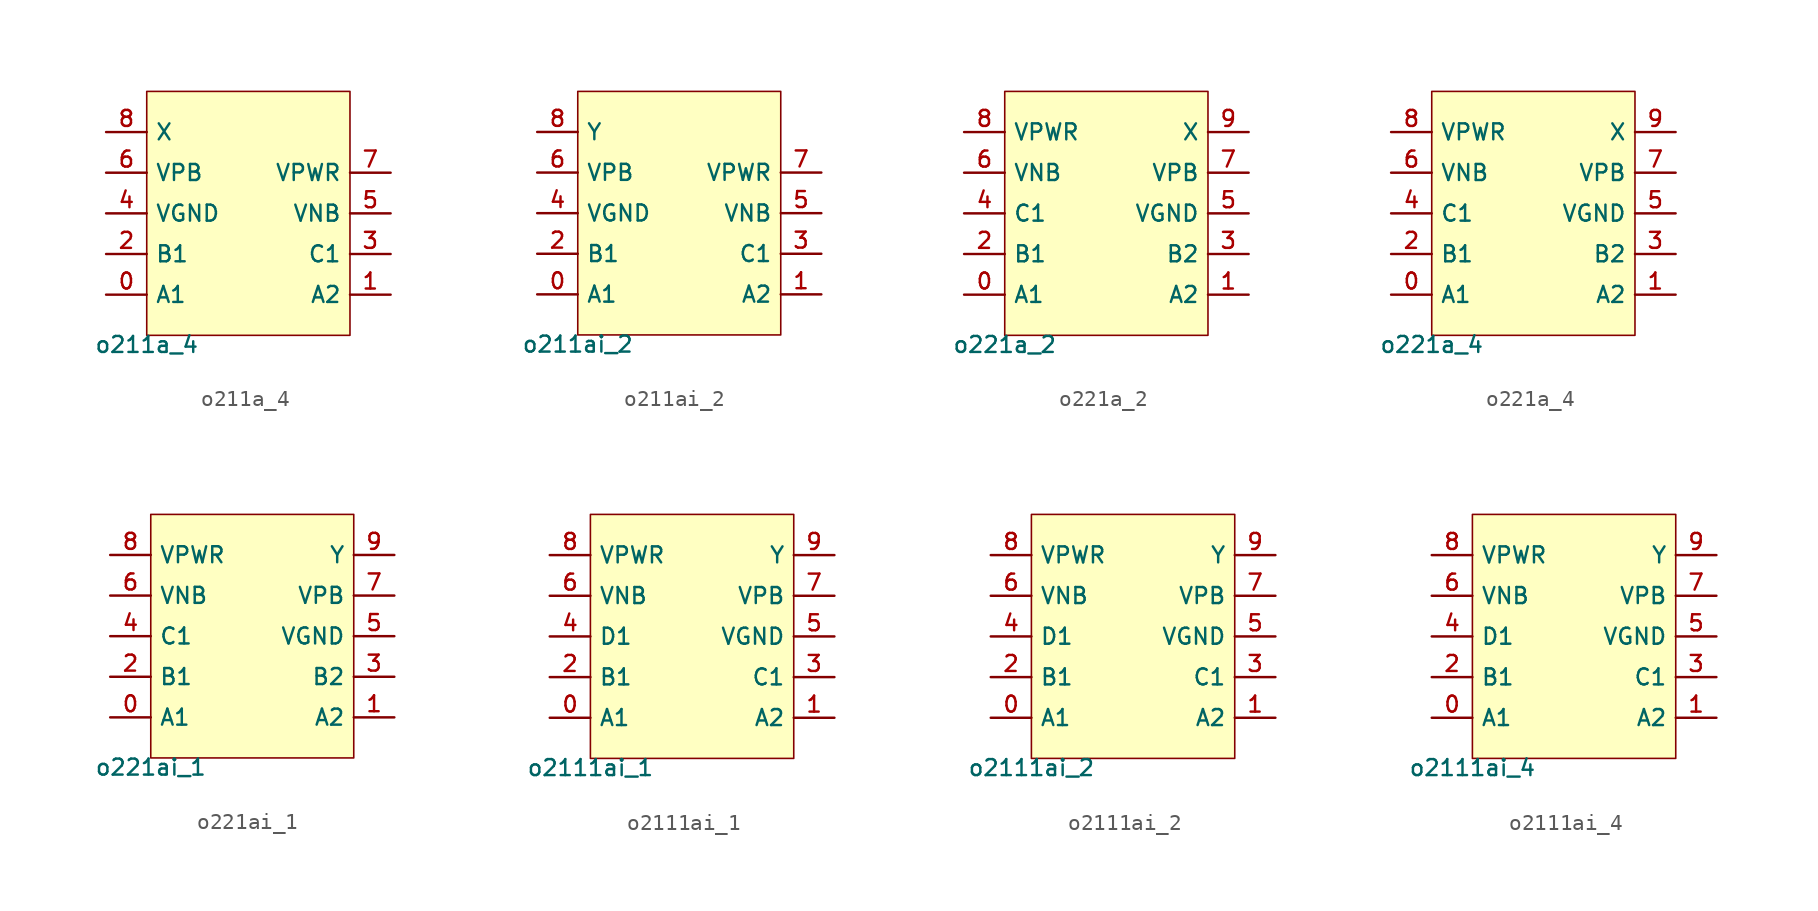
<source format=kicad_sym>
(kicad_symbol_lib
  (version 20211014)
  (generator pdk2kicad)
  (symbol "o211a_4"
    (property "Reference" "X"
      (at 0 0 0)
      (effects (font (size 1 1)) hide))
    (property "Value" "o211a_4"
      (at -6.35 -7.62 0)
      (effects (font (size 1 1)) (justify top)))
    (rectangle
      (start -6.35 -7.62)
      (end 6.35 7.62)
      (stroke (width 0.1) (type solid) (color 0 0 0 0))
      (fill (type background)))
    (pin bidirectional line
      (at -8.89 -5.08 0)
      (length 2.54)
      (name "A1" (effects (font (size 1 1)) hide))
      (number "0" (effects (font (size 1 1)) hide)))
    (pin bidirectional line
      (at 8.89 -5.08 180)
      (length 2.54)
      (name "A2" (effects (font (size 1 1)) hide))
      (number "1" (effects (font (size 1 1)) hide)))
    (pin bidirectional line
      (at -8.89 -2.54 0)
      (length 2.54)
      (name "B1" (effects (font (size 1 1)) hide))
      (number "2" (effects (font (size 1 1)) hide)))
    (pin bidirectional line
      (at 8.89 -2.54 180)
      (length 2.54)
      (name "C1" (effects (font (size 1 1)) hide))
      (number "3" (effects (font (size 1 1)) hide)))
    (pin bidirectional line
      (at -8.89 8.881784197001252e-16 0)
      (length 2.54)
      (name "VGND" (effects (font (size 1 1)) hide))
      (number "4" (effects (font (size 1 1)) hide)))
    (pin bidirectional line
      (at 8.89 8.881784197001252e-16 180)
      (length 2.54)
      (name "VNB" (effects (font (size 1 1)) hide))
      (number "5" (effects (font (size 1 1)) hide)))
    (pin bidirectional line
      (at -8.89 2.54 0)
      (length 2.54)
      (name "VPB" (effects (font (size 1 1)) hide))
      (number "6" (effects (font (size 1 1)) hide)))
    (pin bidirectional line
      (at 8.89 2.54 180)
      (length 2.54)
      (name "VPWR" (effects (font (size 1 1)) hide))
      (number "7" (effects (font (size 1 1)) hide)))
    (pin bidirectional line
      (at -8.89 5.08 0)
      (length 2.54)
      (name "X" (effects (font (size 1 1)) hide))
      (number "8" (effects (font (size 1 1)) hide))))
  (symbol "o211ai_2"
    (property "Reference" "X"
      (at 0 0 0)
      (effects (font (size 1 1)) hide))
    (property "Value" "o211ai_2"
      (at -6.35 -7.62 0)
      (effects (font (size 1 1)) (justify top)))
    (rectangle
      (start -6.35 -7.62)
      (end 6.35 7.62)
      (stroke (width 0.1) (type solid) (color 0 0 0 0))
      (fill (type background)))
    (pin bidirectional line
      (at -8.89 -5.08 0)
      (length 2.54)
      (name "A1" (effects (font (size 1 1)) hide))
      (number "0" (effects (font (size 1 1)) hide)))
    (pin bidirectional line
      (at 8.89 -5.08 180)
      (length 2.54)
      (name "A2" (effects (font (size 1 1)) hide))
      (number "1" (effects (font (size 1 1)) hide)))
    (pin bidirectional line
      (at -8.89 -2.54 0)
      (length 2.54)
      (name "B1" (effects (font (size 1 1)) hide))
      (number "2" (effects (font (size 1 1)) hide)))
    (pin bidirectional line
      (at 8.89 -2.54 180)
      (length 2.54)
      (name "C1" (effects (font (size 1 1)) hide))
      (number "3" (effects (font (size 1 1)) hide)))
    (pin bidirectional line
      (at -8.89 8.881784197001252e-16 0)
      (length 2.54)
      (name "VGND" (effects (font (size 1 1)) hide))
      (number "4" (effects (font (size 1 1)) hide)))
    (pin bidirectional line
      (at 8.89 8.881784197001252e-16 180)
      (length 2.54)
      (name "VNB" (effects (font (size 1 1)) hide))
      (number "5" (effects (font (size 1 1)) hide)))
    (pin bidirectional line
      (at -8.89 2.54 0)
      (length 2.54)
      (name "VPB" (effects (font (size 1 1)) hide))
      (number "6" (effects (font (size 1 1)) hide)))
    (pin bidirectional line
      (at 8.89 2.54 180)
      (length 2.54)
      (name "VPWR" (effects (font (size 1 1)) hide))
      (number "7" (effects (font (size 1 1)) hide)))
    (pin bidirectional line
      (at -8.89 5.08 0)
      (length 2.54)
      (name "Y" (effects (font (size 1 1)) hide))
      (number "8" (effects (font (size 1 1)) hide))))
  (symbol "o221a_2"
    (property "Reference" "X"
      (at 0 0 0)
      (effects (font (size 1 1)) hide))
    (property "Value" "o221a_2"
      (at -6.35 -7.62 0)
      (effects (font (size 1 1)) (justify top)))
    (rectangle
      (start -6.35 -7.62)
      (end 6.35 7.62)
      (stroke (width 0.1) (type solid) (color 0 0 0 0))
      (fill (type background)))
    (pin bidirectional line
      (at -8.89 -5.08 0)
      (length 2.54)
      (name "A1" (effects (font (size 1 1)) hide))
      (number "0" (effects (font (size 1 1)) hide)))
    (pin bidirectional line
      (at 8.89 -5.08 180)
      (length 2.54)
      (name "A2" (effects (font (size 1 1)) hide))
      (number "1" (effects (font (size 1 1)) hide)))
    (pin bidirectional line
      (at -8.89 -2.54 0)
      (length 2.54)
      (name "B1" (effects (font (size 1 1)) hide))
      (number "2" (effects (font (size 1 1)) hide)))
    (pin bidirectional line
      (at 8.89 -2.54 180)
      (length 2.54)
      (name "B2" (effects (font (size 1 1)) hide))
      (number "3" (effects (font (size 1 1)) hide)))
    (pin bidirectional line
      (at -8.89 8.881784197001252e-16 0)
      (length 2.54)
      (name "C1" (effects (font (size 1 1)) hide))
      (number "4" (effects (font (size 1 1)) hide)))
    (pin bidirectional line
      (at 8.89 8.881784197001252e-16 180)
      (length 2.54)
      (name "VGND" (effects (font (size 1 1)) hide))
      (number "5" (effects (font (size 1 1)) hide)))
    (pin bidirectional line
      (at -8.89 2.54 0)
      (length 2.54)
      (name "VNB" (effects (font (size 1 1)) hide))
      (number "6" (effects (font (size 1 1)) hide)))
    (pin bidirectional line
      (at 8.89 2.54 180)
      (length 2.54)
      (name "VPB" (effects (font (size 1 1)) hide))
      (number "7" (effects (font (size 1 1)) hide)))
    (pin bidirectional line
      (at -8.89 5.08 0)
      (length 2.54)
      (name "VPWR" (effects (font (size 1 1)) hide))
      (number "8" (effects (font (size 1 1)) hide)))
    (pin bidirectional line
      (at 8.89 5.08 180)
      (length 2.54)
      (name "X" (effects (font (size 1 1)) hide))
      (number "9" (effects (font (size 1 1)) hide))))
  (symbol "o221a_4"
    (property "Reference" "X"
      (at 0 0 0)
      (effects (font (size 1 1)) hide))
    (property "Value" "o221a_4"
      (at -6.35 -7.62 0)
      (effects (font (size 1 1)) (justify top)))
    (rectangle
      (start -6.35 -7.62)
      (end 6.35 7.62)
      (stroke (width 0.1) (type solid) (color 0 0 0 0))
      (fill (type background)))
    (pin bidirectional line
      (at -8.89 -5.08 0)
      (length 2.54)
      (name "A1" (effects (font (size 1 1)) hide))
      (number "0" (effects (font (size 1 1)) hide)))
    (pin bidirectional line
      (at 8.89 -5.08 180)
      (length 2.54)
      (name "A2" (effects (font (size 1 1)) hide))
      (number "1" (effects (font (size 1 1)) hide)))
    (pin bidirectional line
      (at -8.89 -2.54 0)
      (length 2.54)
      (name "B1" (effects (font (size 1 1)) hide))
      (number "2" (effects (font (size 1 1)) hide)))
    (pin bidirectional line
      (at 8.89 -2.54 180)
      (length 2.54)
      (name "B2" (effects (font (size 1 1)) hide))
      (number "3" (effects (font (size 1 1)) hide)))
    (pin bidirectional line
      (at -8.89 8.881784197001252e-16 0)
      (length 2.54)
      (name "C1" (effects (font (size 1 1)) hide))
      (number "4" (effects (font (size 1 1)) hide)))
    (pin bidirectional line
      (at 8.89 8.881784197001252e-16 180)
      (length 2.54)
      (name "VGND" (effects (font (size 1 1)) hide))
      (number "5" (effects (font (size 1 1)) hide)))
    (pin bidirectional line
      (at -8.89 2.54 0)
      (length 2.54)
      (name "VNB" (effects (font (size 1 1)) hide))
      (number "6" (effects (font (size 1 1)) hide)))
    (pin bidirectional line
      (at 8.89 2.54 180)
      (length 2.54)
      (name "VPB" (effects (font (size 1 1)) hide))
      (number "7" (effects (font (size 1 1)) hide)))
    (pin bidirectional line
      (at -8.89 5.08 0)
      (length 2.54)
      (name "VPWR" (effects (font (size 1 1)) hide))
      (number "8" (effects (font (size 1 1)) hide)))
    (pin bidirectional line
      (at 8.89 5.08 180)
      (length 2.54)
      (name "X" (effects (font (size 1 1)) hide))
      (number "9" (effects (font (size 1 1)) hide))))
  (symbol "o221ai_1"
    (property "Reference" "X"
      (at 0 0 0)
      (effects (font (size 1 1)) hide))
    (property "Value" "o221ai_1"
      (at -6.35 -7.62 0)
      (effects (font (size 1 1)) (justify top)))
    (rectangle
      (start -6.35 -7.62)
      (end 6.35 7.62)
      (stroke (width 0.1) (type solid) (color 0 0 0 0))
      (fill (type background)))
    (pin bidirectional line
      (at -8.89 -5.08 0)
      (length 2.54)
      (name "A1" (effects (font (size 1 1)) hide))
      (number "0" (effects (font (size 1 1)) hide)))
    (pin bidirectional line
      (at 8.89 -5.08 180)
      (length 2.54)
      (name "A2" (effects (font (size 1 1)) hide))
      (number "1" (effects (font (size 1 1)) hide)))
    (pin bidirectional line
      (at -8.89 -2.54 0)
      (length 2.54)
      (name "B1" (effects (font (size 1 1)) hide))
      (number "2" (effects (font (size 1 1)) hide)))
    (pin bidirectional line
      (at 8.89 -2.54 180)
      (length 2.54)
      (name "B2" (effects (font (size 1 1)) hide))
      (number "3" (effects (font (size 1 1)) hide)))
    (pin bidirectional line
      (at -8.89 8.881784197001252e-16 0)
      (length 2.54)
      (name "C1" (effects (font (size 1 1)) hide))
      (number "4" (effects (font (size 1 1)) hide)))
    (pin bidirectional line
      (at 8.89 8.881784197001252e-16 180)
      (length 2.54)
      (name "VGND" (effects (font (size 1 1)) hide))
      (number "5" (effects (font (size 1 1)) hide)))
    (pin bidirectional line
      (at -8.89 2.54 0)
      (length 2.54)
      (name "VNB" (effects (font (size 1 1)) hide))
      (number "6" (effects (font (size 1 1)) hide)))
    (pin bidirectional line
      (at 8.89 2.54 180)
      (length 2.54)
      (name "VPB" (effects (font (size 1 1)) hide))
      (number "7" (effects (font (size 1 1)) hide)))
    (pin bidirectional line
      (at -8.89 5.08 0)
      (length 2.54)
      (name "VPWR" (effects (font (size 1 1)) hide))
      (number "8" (effects (font (size 1 1)) hide)))
    (pin bidirectional line
      (at 8.89 5.08 180)
      (length 2.54)
      (name "Y" (effects (font (size 1 1)) hide))
      (number "9" (effects (font (size 1 1)) hide))))
  (symbol "o2111ai_1"
    (property "Reference" "X"
      (at 0 0 0)
      (effects (font (size 1 1)) hide))
    (property "Value" "o2111ai_1"
      (at -6.35 -7.62 0)
      (effects (font (size 1 1)) (justify top)))
    (rectangle
      (start -6.35 -7.62)
      (end 6.35 7.62)
      (stroke (width 0.1) (type solid) (color 0 0 0 0))
      (fill (type background)))
    (pin bidirectional line
      (at -8.89 -5.08 0)
      (length 2.54)
      (name "A1" (effects (font (size 1 1)) hide))
      (number "0" (effects (font (size 1 1)) hide)))
    (pin bidirectional line
      (at 8.89 -5.08 180)
      (length 2.54)
      (name "A2" (effects (font (size 1 1)) hide))
      (number "1" (effects (font (size 1 1)) hide)))
    (pin bidirectional line
      (at -8.89 -2.54 0)
      (length 2.54)
      (name "B1" (effects (font (size 1 1)) hide))
      (number "2" (effects (font (size 1 1)) hide)))
    (pin bidirectional line
      (at 8.89 -2.54 180)
      (length 2.54)
      (name "C1" (effects (font (size 1 1)) hide))
      (number "3" (effects (font (size 1 1)) hide)))
    (pin bidirectional line
      (at -8.89 8.881784197001252e-16 0)
      (length 2.54)
      (name "D1" (effects (font (size 1 1)) hide))
      (number "4" (effects (font (size 1 1)) hide)))
    (pin bidirectional line
      (at 8.89 8.881784197001252e-16 180)
      (length 2.54)
      (name "VGND" (effects (font (size 1 1)) hide))
      (number "5" (effects (font (size 1 1)) hide)))
    (pin bidirectional line
      (at -8.89 2.54 0)
      (length 2.54)
      (name "VNB" (effects (font (size 1 1)) hide))
      (number "6" (effects (font (size 1 1)) hide)))
    (pin bidirectional line
      (at 8.89 2.54 180)
      (length 2.54)
      (name "VPB" (effects (font (size 1 1)) hide))
      (number "7" (effects (font (size 1 1)) hide)))
    (pin bidirectional line
      (at -8.89 5.08 0)
      (length 2.54)
      (name "VPWR" (effects (font (size 1 1)) hide))
      (number "8" (effects (font (size 1 1)) hide)))
    (pin bidirectional line
      (at 8.89 5.08 180)
      (length 2.54)
      (name "Y" (effects (font (size 1 1)) hide))
      (number "9" (effects (font (size 1 1)) hide))))
  (symbol "o2111ai_2"
    (property "Reference" "X"
      (at 0 0 0)
      (effects (font (size 1 1)) hide))
    (property "Value" "o2111ai_2"
      (at -6.35 -7.62 0)
      (effects (font (size 1 1)) (justify top)))
    (rectangle
      (start -6.35 -7.62)
      (end 6.35 7.62)
      (stroke (width 0.1) (type solid) (color 0 0 0 0))
      (fill (type background)))
    (pin bidirectional line
      (at -8.89 -5.08 0)
      (length 2.54)
      (name "A1" (effects (font (size 1 1)) hide))
      (number "0" (effects (font (size 1 1)) hide)))
    (pin bidirectional line
      (at 8.89 -5.08 180)
      (length 2.54)
      (name "A2" (effects (font (size 1 1)) hide))
      (number "1" (effects (font (size 1 1)) hide)))
    (pin bidirectional line
      (at -8.89 -2.54 0)
      (length 2.54)
      (name "B1" (effects (font (size 1 1)) hide))
      (number "2" (effects (font (size 1 1)) hide)))
    (pin bidirectional line
      (at 8.89 -2.54 180)
      (length 2.54)
      (name "C1" (effects (font (size 1 1)) hide))
      (number "3" (effects (font (size 1 1)) hide)))
    (pin bidirectional line
      (at -8.89 8.881784197001252e-16 0)
      (length 2.54)
      (name "D1" (effects (font (size 1 1)) hide))
      (number "4" (effects (font (size 1 1)) hide)))
    (pin bidirectional line
      (at 8.89 8.881784197001252e-16 180)
      (length 2.54)
      (name "VGND" (effects (font (size 1 1)) hide))
      (number "5" (effects (font (size 1 1)) hide)))
    (pin bidirectional line
      (at -8.89 2.54 0)
      (length 2.54)
      (name "VNB" (effects (font (size 1 1)) hide))
      (number "6" (effects (font (size 1 1)) hide)))
    (pin bidirectional line
      (at 8.89 2.54 180)
      (length 2.54)
      (name "VPB" (effects (font (size 1 1)) hide))
      (number "7" (effects (font (size 1 1)) hide)))
    (pin bidirectional line
      (at -8.89 5.08 0)
      (length 2.54)
      (name "VPWR" (effects (font (size 1 1)) hide))
      (number "8" (effects (font (size 1 1)) hide)))
    (pin bidirectional line
      (at 8.89 5.08 180)
      (length 2.54)
      (name "Y" (effects (font (size 1 1)) hide))
      (number "9" (effects (font (size 1 1)) hide))))
  (symbol "o2111ai_4"
    (property "Reference" "X"
      (at 0 0 0)
      (effects (font (size 1 1)) hide))
    (property "Value" "o2111ai_4"
      (at -6.35 -7.62 0)
      (effects (font (size 1 1)) (justify top)))
    (rectangle
      (start -6.35 -7.62)
      (end 6.35 7.62)
      (stroke (width 0.1) (type solid) (color 0 0 0 0))
      (fill (type background)))
    (pin bidirectional line
      (at -8.89 -5.08 0)
      (length 2.54)
      (name "A1" (effects (font (size 1 1)) hide))
      (number "0" (effects (font (size 1 1)) hide)))
    (pin bidirectional line
      (at 8.89 -5.08 180)
      (length 2.54)
      (name "A2" (effects (font (size 1 1)) hide))
      (number "1" (effects (font (size 1 1)) hide)))
    (pin bidirectional line
      (at -8.89 -2.54 0)
      (length 2.54)
      (name "B1" (effects (font (size 1 1)) hide))
      (number "2" (effects (font (size 1 1)) hide)))
    (pin bidirectional line
      (at 8.89 -2.54 180)
      (length 2.54)
      (name "C1" (effects (font (size 1 1)) hide))
      (number "3" (effects (font (size 1 1)) hide)))
    (pin bidirectional line
      (at -8.89 8.881784197001252e-16 0)
      (length 2.54)
      (name "D1" (effects (font (size 1 1)) hide))
      (number "4" (effects (font (size 1 1)) hide)))
    (pin bidirectional line
      (at 8.89 8.881784197001252e-16 180)
      (length 2.54)
      (name "VGND" (effects (font (size 1 1)) hide))
      (number "5" (effects (font (size 1 1)) hide)))
    (pin bidirectional line
      (at -8.89 2.54 0)
      (length 2.54)
      (name "VNB" (effects (font (size 1 1)) hide))
      (number "6" (effects (font (size 1 1)) hide)))
    (pin bidirectional line
      (at 8.89 2.54 180)
      (length 2.54)
      (name "VPB" (effects (font (size 1 1)) hide))
      (number "7" (effects (font (size 1 1)) hide)))
    (pin bidirectional line
      (at -8.89 5.08 0)
      (length 2.54)
      (name "VPWR" (effects (font (size 1 1)) hide))
      (number "8" (effects (font (size 1 1)) hide)))
    (pin bidirectional line
      (at 8.89 5.08 180)
      (length 2.54)
      (name "Y" (effects (font (size 1 1)) hide))
      (number "9" (effects (font (size 1 1)) hide)))))
</source>
